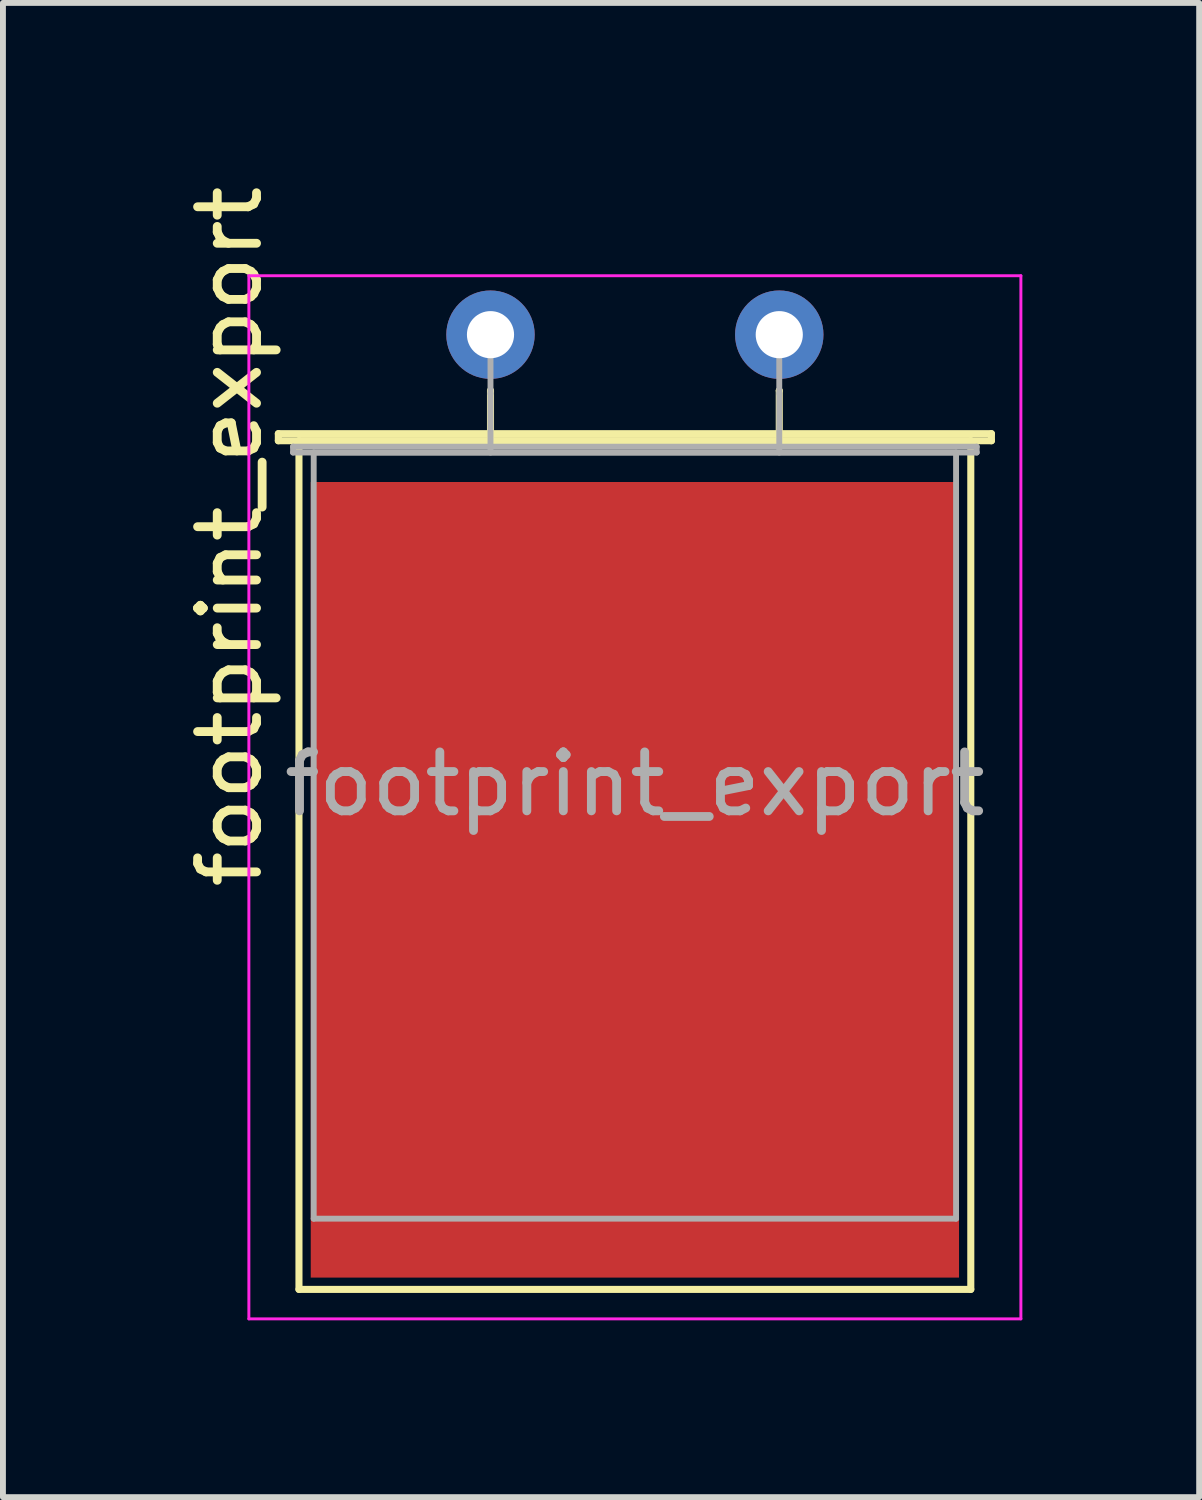
<source format=kicad_pcb>
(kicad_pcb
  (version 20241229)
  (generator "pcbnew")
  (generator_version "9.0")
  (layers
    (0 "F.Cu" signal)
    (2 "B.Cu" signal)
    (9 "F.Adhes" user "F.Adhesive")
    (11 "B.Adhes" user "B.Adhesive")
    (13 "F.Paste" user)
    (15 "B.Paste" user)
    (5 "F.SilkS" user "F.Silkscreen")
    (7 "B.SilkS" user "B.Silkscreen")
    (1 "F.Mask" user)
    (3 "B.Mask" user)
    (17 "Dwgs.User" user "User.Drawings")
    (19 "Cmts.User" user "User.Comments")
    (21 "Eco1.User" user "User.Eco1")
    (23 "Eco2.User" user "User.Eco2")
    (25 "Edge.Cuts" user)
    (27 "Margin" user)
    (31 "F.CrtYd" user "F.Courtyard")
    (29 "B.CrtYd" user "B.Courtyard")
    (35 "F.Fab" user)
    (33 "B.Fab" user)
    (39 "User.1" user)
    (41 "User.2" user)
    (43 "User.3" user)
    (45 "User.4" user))
  (footprint "footprint_export"
    (layer "F.Cu")
    (at 5.273 2.629)
    (property "Reference" "footprint_export" (at -4.425 3.425 90) (layer "F.SilkS") (effects (font (size 1 1) (thickness 0.15))))
    (attr through_hole)
    (fp_line (start -3.6 1.68) (end 8.5 1.68) (stroke (width 0.12) (type solid)) (layer "F.SilkS"))
    (fp_line (start -3.6 1.8) (end -3.6 1.68) (stroke (width 0.12) (type solid)) (layer "F.SilkS"))
    (fp_line (start -3.25 1.8) (end -3.25 16.2) (stroke (width 0.12) (type solid)) (layer "F.SilkS"))
    (fp_line (start -3.25 16.2) (end 8.15 16.2) (stroke (width 0.12) (type solid)) (layer "F.SilkS"))
    (fp_line (start 0 0.95) (end 0 0.95) (stroke (width 0.12) (type solid)) (layer "F.SilkS"))
    (fp_line (start 0 1.8) (end 0 0.95) (stroke (width 0.12) (type solid)) (layer "F.SilkS"))
    (fp_line (start 4.9 0.95) (end 4.9 0.95) (stroke (width 0.12) (type solid)) (layer "F.SilkS"))
    (fp_line (start 4.9 1.8) (end 4.9 0.95) (stroke (width 0.12) (type solid)) (layer "F.SilkS"))
    (fp_line (start 8.15 1.8) (end -3.25 1.8) (stroke (width 0.12) (type solid)) (layer "F.SilkS"))
    (fp_line (start 8.15 16.2) (end 8.15 1.8) (stroke (width 0.12) (type solid)) (layer "F.SilkS"))
    (fp_line (start 8.5 1.68) (end 8.5 1.8) (stroke (width 0.12) (type solid)) (layer "F.SilkS"))
    (fp_line (start 8.5 1.8) (end -3.6 1.8) (stroke (width 0.12) (type solid)) (layer "F.SilkS"))
    (fp_line (start -4.1 -1) (end -4.1 16.7) (stroke (width 0.05) (type solid)) (layer "F.CrtYd"))
    (fp_line (start -4.1 16.7) (end 9 16.7) (stroke (width 0.05) (type solid)) (layer "F.CrtYd"))
    (fp_line (start 9 -1) (end -4.1 -1) (stroke (width 0.05) (type solid)) (layer "F.CrtYd"))
    (fp_line (start 9 16.7) (end 9 -1) (stroke (width 0.05) (type solid)) (layer "F.CrtYd"))
    (fp_line (start -3.35 1.9) (end 8.25 1.9) (stroke (width 0.1) (type solid)) (layer "F.Fab"))
    (fp_line (start -3.35 2) (end -3.35 1.9) (stroke (width 0.1) (type solid)) (layer "F.Fab"))
    (fp_line (start -3 2) (end -3 15) (stroke (width 0.1) (type solid)) (layer "F.Fab"))
    (fp_line (start -3 15) (end 7.9 15) (stroke (width 0.1) (type solid)) (layer "F.Fab"))
    (fp_line (start 0 1) (end 0 0) (stroke (width 0.1) (type solid)) (layer "F.Fab"))
    (fp_line (start 0 2) (end 0 1) (stroke (width 0.1) (type solid)) (layer "F.Fab"))
    (fp_line (start 4.9 1) (end 4.9 0) (stroke (width 0.1) (type solid)) (layer "F.Fab"))
    (fp_line (start 4.9 2) (end 4.9 1) (stroke (width 0.1) (type solid)) (layer "F.Fab"))
    (fp_line (start 7.9 2) (end -3 2) (stroke (width 0.1) (type solid)) (layer "F.Fab"))
    (fp_line (start 7.9 15) (end 7.9 2) (stroke (width 0.1) (type solid)) (layer "F.Fab"))
    (fp_line (start 8.25 1.9) (end 8.25 2) (stroke (width 0.1) (type solid)) (layer "F.Fab"))
    (fp_line (start 8.25 2) (end -3.35 2) (stroke (width 0.1) (type solid)) (layer "F.Fab"))
    (fp_text user "${REFERENCE}" (at 2.45 7.625 0) (layer "F.Fab") (effects (font (size 1 1) (thickness 0.15))))
    (pad "1" thru_hole circle (at 0 0) (size 1.5 1.5) (drill 0.8) (layers "*.Cu" "*.Mask"))
    (pad "2" thru_hole circle (at 4.9 0) (size 1.5 1.5) (drill 0.8) (layers "*.Cu" "*.Mask"))
    (pad "3" smd rect (at 2.45 9.25) (size 11 13.5) (layers "F.Cu" "F.Mask" "F.Paste")))
  (gr_rect
    (start -3 -3)
    (end 17.298 22.354)
    (stroke (width 0.1) (type default))
    (fill no)
    (layer "Edge.Cuts")))
</source>
